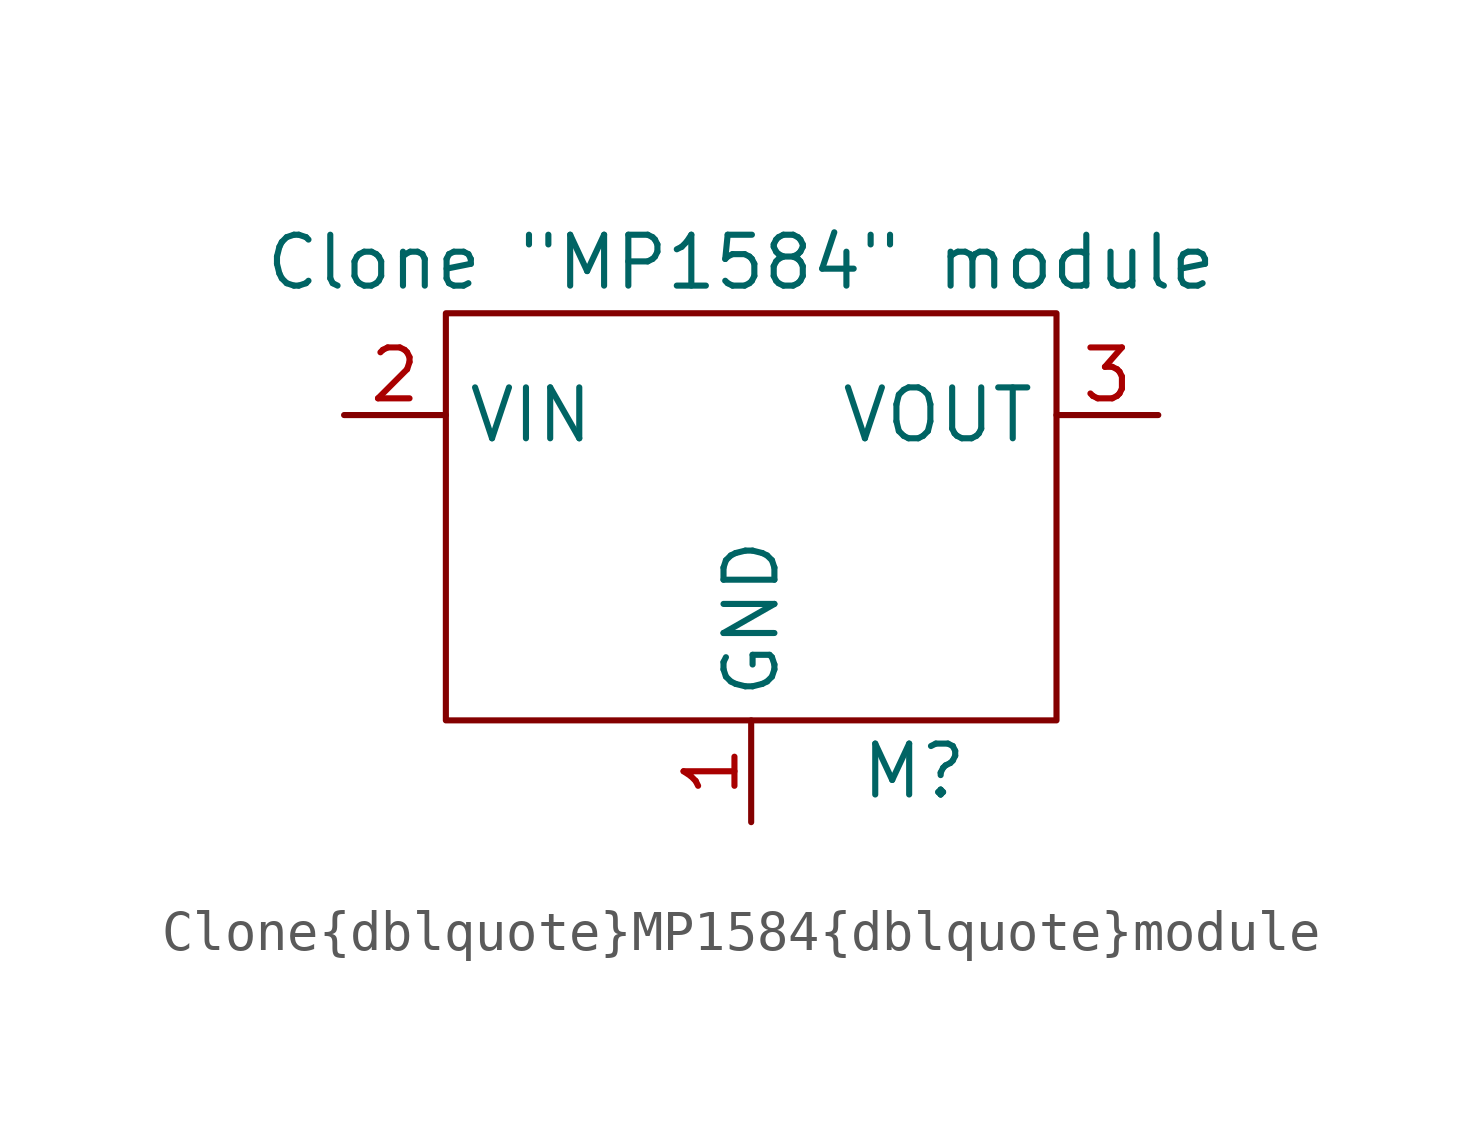
<source format=kicad_sym>
(kicad_symbol_lib
  (version 20241209)
  (generator "kicad_symbol_editor")
  (generator_version "9.0")
  (symbol "Clone{dblquote}MP1584{dblquote}module"
    (property "Reference" "M"
      (at 4.064 -7.62 0)
      (effects (font (size 1.27 1.27))))
    (property "Value" "Clone \"MP1584\" module"
      (at -0.254 5.08 0)
      (effects (font (size 1.27 1.27))))
    (symbol "Clone{dblquote}MP1584{dblquote}module_0_1"
      (rectangle (start -7.62 3.81) (end 7.62 -6.35) (stroke (width 0) (type default)) (fill (type none))))
    (symbol "Clone{dblquote}MP1584{dblquote}module_1_1"
      (pin power_in line (at -10.16 1.27 0) (length 2.54) (name "VIN" (effects (font (size 1.27 1.27)))) (number "2" (effects (font (size 1.27 1.27)))))
      (pin power_in line (at 0 -8.89 90) (length 2.54) (name "GND" (effects (font (size 1.27 1.27)))) (number "1" (effects (font (size 1.27 1.27)))))
      (pin power_out line (at 10.16 1.27 180) (length 2.54) (name "VOUT" (effects (font (size 1.27 1.27)))) (number "3" (effects (font (size 1.27 1.27))))))))
</source>
